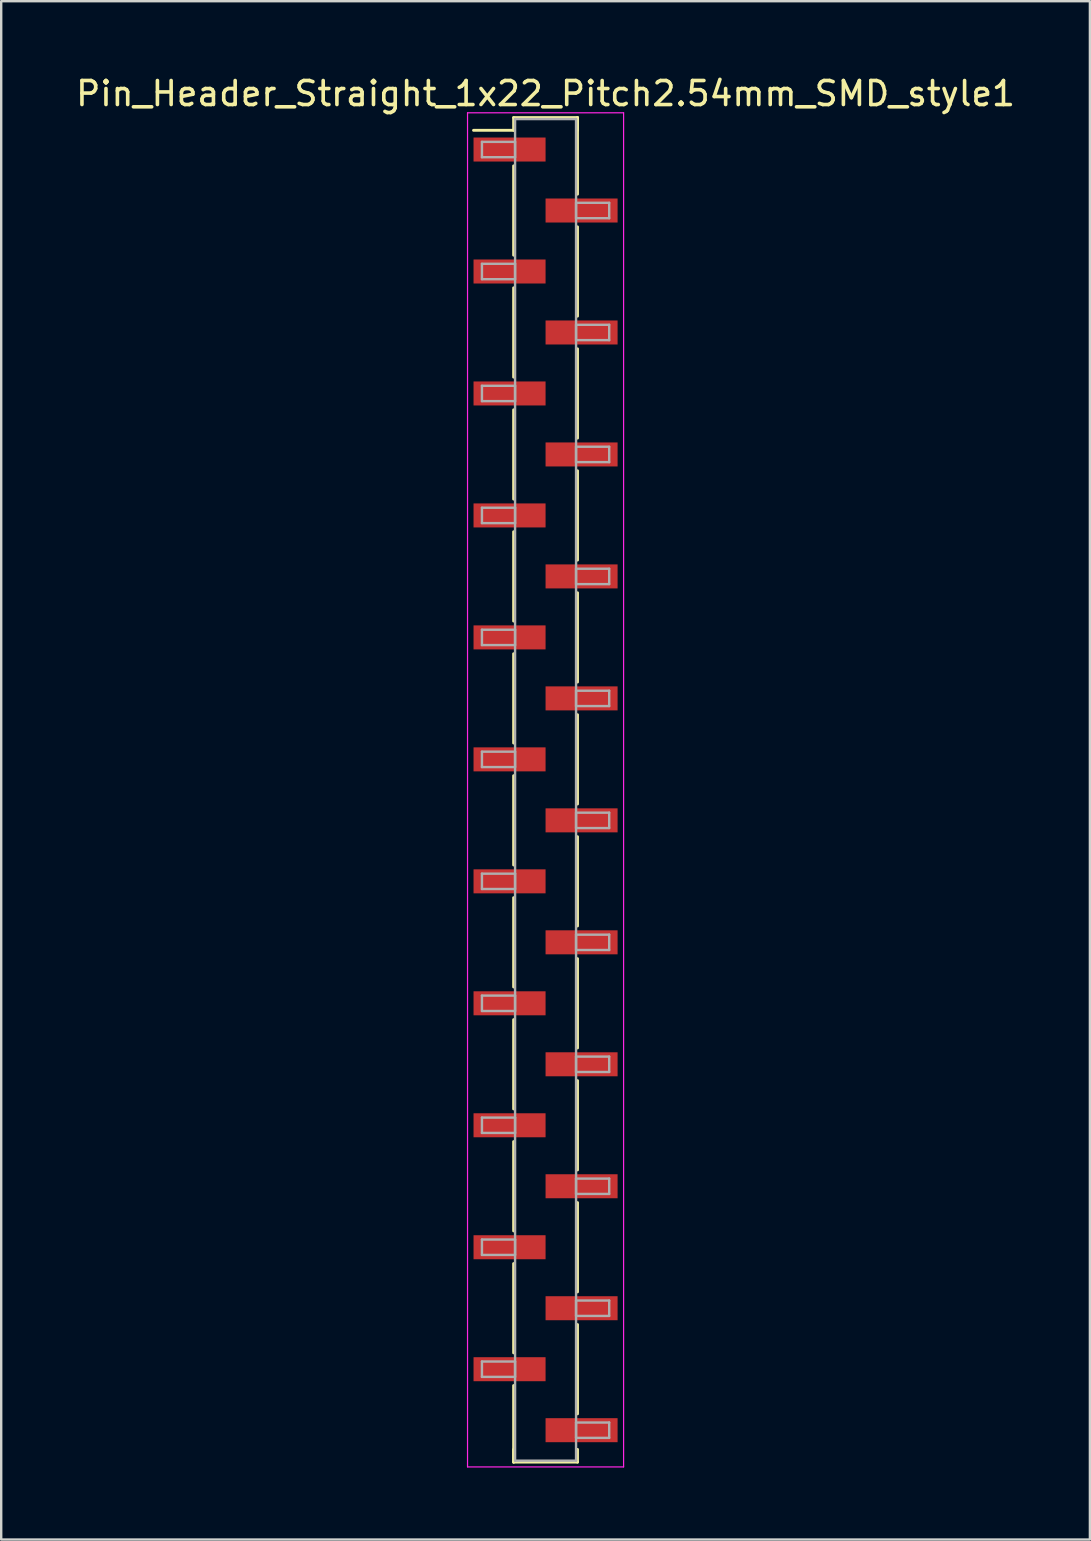
<source format=kicad_pcb>
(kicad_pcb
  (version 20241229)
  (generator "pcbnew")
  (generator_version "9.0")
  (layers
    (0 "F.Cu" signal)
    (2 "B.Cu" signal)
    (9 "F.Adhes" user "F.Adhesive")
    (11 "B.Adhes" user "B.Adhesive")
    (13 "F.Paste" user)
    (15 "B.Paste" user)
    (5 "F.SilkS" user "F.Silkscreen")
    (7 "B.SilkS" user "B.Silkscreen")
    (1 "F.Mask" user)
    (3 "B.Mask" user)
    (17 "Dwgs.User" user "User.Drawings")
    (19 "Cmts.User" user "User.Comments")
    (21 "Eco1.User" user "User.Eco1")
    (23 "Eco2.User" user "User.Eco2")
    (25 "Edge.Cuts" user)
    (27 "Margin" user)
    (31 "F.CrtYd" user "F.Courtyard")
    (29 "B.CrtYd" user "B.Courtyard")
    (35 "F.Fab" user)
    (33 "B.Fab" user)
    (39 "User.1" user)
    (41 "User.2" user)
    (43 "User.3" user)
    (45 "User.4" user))
  (footprint "Pin_Header_Straight_1x22_Pitch2.54mm_SMD_style1"
    (layer "F.Cu")
    (at 19.673 29.848)
    (property "Reference" "Pin_Header_Straight_1x22_Pitch2.54mm_SMD_style1" (at 0 -29 0) (layer "F.SilkS") (effects (font (size 1 1) (thickness 0.15))))
    (attr smd)
    (fp_line (start -1.33 -28) (end 1.33 -28) (stroke (width 0.12) (type solid)) (layer "F.SilkS"))
    (fp_line (start -1.33 -27.47) (end -3 -27.47) (stroke (width 0.12) (type solid)) (layer "F.SilkS"))
    (fp_line (start -1.33 -27.47) (end -1.33 -28) (stroke (width 0.12) (type solid)) (layer "F.SilkS"))
    (fp_line (start -1.33 -25.99) (end -1.33 -22.27) (stroke (width 0.12) (type solid)) (layer "F.SilkS"))
    (fp_line (start -1.33 -20.91) (end -1.33 -17.19) (stroke (width 0.12) (type solid)) (layer "F.SilkS"))
    (fp_line (start -1.33 -15.83) (end -1.33 -12.11) (stroke (width 0.12) (type solid)) (layer "F.SilkS"))
    (fp_line (start -1.33 -10.75) (end -1.33 -7.03) (stroke (width 0.12) (type solid)) (layer "F.SilkS"))
    (fp_line (start -1.33 -5.67) (end -1.33 -1.95) (stroke (width 0.12) (type solid)) (layer "F.SilkS"))
    (fp_line (start -1.33 -0.59) (end -1.33 3.13) (stroke (width 0.12) (type solid)) (layer "F.SilkS"))
    (fp_line (start -1.33 4.49) (end -1.33 8.21) (stroke (width 0.12) (type solid)) (layer "F.SilkS"))
    (fp_line (start -1.33 9.57) (end -1.33 13.29) (stroke (width 0.12) (type solid)) (layer "F.SilkS"))
    (fp_line (start -1.33 14.65) (end -1.33 18.37) (stroke (width 0.12) (type solid)) (layer "F.SilkS"))
    (fp_line (start -1.33 19.73) (end -1.33 23.45) (stroke (width 0.12) (type solid)) (layer "F.SilkS"))
    (fp_line (start -1.33 24.81) (end -1.33 28) (stroke (width 0.12) (type solid)) (layer "F.SilkS"))
    (fp_line (start -1.33 27.47) (end -1.33 28) (stroke (width 0.12) (type solid)) (layer "F.SilkS"))
    (fp_line (start -1.33 28) (end 1.33 28) (stroke (width 0.12) (type solid)) (layer "F.SilkS"))
    (fp_line (start 1.33 -28) (end 1.33 -27.47) (stroke (width 0.12) (type solid)) (layer "F.SilkS"))
    (fp_line (start 1.33 -28) (end 1.33 -24.81) (stroke (width 0.12) (type solid)) (layer "F.SilkS"))
    (fp_line (start 1.33 -23.45) (end 1.33 -19.73) (stroke (width 0.12) (type solid)) (layer "F.SilkS"))
    (fp_line (start 1.33 -18.37) (end 1.33 -14.65) (stroke (width 0.12) (type solid)) (layer "F.SilkS"))
    (fp_line (start 1.33 -13.29) (end 1.33 -9.57) (stroke (width 0.12) (type solid)) (layer "F.SilkS"))
    (fp_line (start 1.33 -8.21) (end 1.33 -4.49) (stroke (width 0.12) (type solid)) (layer "F.SilkS"))
    (fp_line (start 1.33 -3.13) (end 1.33 0.59) (stroke (width 0.12) (type solid)) (layer "F.SilkS"))
    (fp_line (start 1.33 1.95) (end 1.33 5.67) (stroke (width 0.12) (type solid)) (layer "F.SilkS"))
    (fp_line (start 1.33 7.03) (end 1.33 10.75) (stroke (width 0.12) (type solid)) (layer "F.SilkS"))
    (fp_line (start 1.33 12.11) (end 1.33 15.83) (stroke (width 0.12) (type solid)) (layer "F.SilkS"))
    (fp_line (start 1.33 17.19) (end 1.33 20.91) (stroke (width 0.12) (type solid)) (layer "F.SilkS"))
    (fp_line (start 1.33 22.27) (end 1.33 25.99) (stroke (width 0.12) (type solid)) (layer "F.SilkS"))
    (fp_line (start 1.33 28) (end 1.33 27.47) (stroke (width 0.12) (type solid)) (layer "F.SilkS"))
    (fp_line (start -3.25 -28.2) (end -3.25 28.2) (stroke (width 0.05) (type solid)) (layer "F.CrtYd"))
    (fp_line (start -3.25 28.2) (end 3.25 28.2) (stroke (width 0.05) (type solid)) (layer "F.CrtYd"))
    (fp_line (start 3.25 -28.2) (end -3.25 -28.2) (stroke (width 0.05) (type solid)) (layer "F.CrtYd"))
    (fp_line (start 3.25 28.2) (end 3.25 -28.2) (stroke (width 0.05) (type solid)) (layer "F.CrtYd"))
    (fp_line (start -2.65 -26.99) (end -1.27 -26.99) (stroke (width 0.1) (type solid)) (layer "F.Fab"))
    (fp_line (start -2.65 -26.35) (end -2.65 -26.99) (stroke (width 0.1) (type solid)) (layer "F.Fab"))
    (fp_line (start -2.65 -21.91) (end -1.27 -21.91) (stroke (width 0.1) (type solid)) (layer "F.Fab"))
    (fp_line (start -2.65 -21.27) (end -2.65 -21.91) (stroke (width 0.1) (type solid)) (layer "F.Fab"))
    (fp_line (start -2.65 -16.83) (end -1.27 -16.83) (stroke (width 0.1) (type solid)) (layer "F.Fab"))
    (fp_line (start -2.65 -16.19) (end -2.65 -16.83) (stroke (width 0.1) (type solid)) (layer "F.Fab"))
    (fp_line (start -2.65 -11.75) (end -1.27 -11.75) (stroke (width 0.1) (type solid)) (layer "F.Fab"))
    (fp_line (start -2.65 -11.11) (end -2.65 -11.75) (stroke (width 0.1) (type solid)) (layer "F.Fab"))
    (fp_line (start -2.65 -6.67) (end -1.27 -6.67) (stroke (width 0.1) (type solid)) (layer "F.Fab"))
    (fp_line (start -2.65 -6.03) (end -2.65 -6.67) (stroke (width 0.1) (type solid)) (layer "F.Fab"))
    (fp_line (start -2.65 -1.59) (end -1.27 -1.59) (stroke (width 0.1) (type solid)) (layer "F.Fab"))
    (fp_line (start -2.65 -0.95) (end -2.65 -1.59) (stroke (width 0.1) (type solid)) (layer "F.Fab"))
    (fp_line (start -2.65 3.49) (end -1.27 3.49) (stroke (width 0.1) (type solid)) (layer "F.Fab"))
    (fp_line (start -2.65 4.13) (end -2.65 3.49) (stroke (width 0.1) (type solid)) (layer "F.Fab"))
    (fp_line (start -2.65 8.57) (end -1.27 8.57) (stroke (width 0.1) (type solid)) (layer "F.Fab"))
    (fp_line (start -2.65 9.21) (end -2.65 8.57) (stroke (width 0.1) (type solid)) (layer "F.Fab"))
    (fp_line (start -2.65 13.65) (end -1.27 13.65) (stroke (width 0.1) (type solid)) (layer "F.Fab"))
    (fp_line (start -2.65 14.29) (end -2.65 13.65) (stroke (width 0.1) (type solid)) (layer "F.Fab"))
    (fp_line (start -2.65 18.73) (end -1.27 18.73) (stroke (width 0.1) (type solid)) (layer "F.Fab"))
    (fp_line (start -2.65 19.37) (end -2.65 18.73) (stroke (width 0.1) (type solid)) (layer "F.Fab"))
    (fp_line (start -2.65 23.81) (end -1.27 23.81) (stroke (width 0.1) (type solid)) (layer "F.Fab"))
    (fp_line (start -2.65 24.45) (end -2.65 23.81) (stroke (width 0.1) (type solid)) (layer "F.Fab"))
    (fp_line (start -1.27 -27.94) (end -1.27 27.94) (stroke (width 0.1) (type solid)) (layer "F.Fab"))
    (fp_line (start -1.27 -26.99) (end -1.27 -26.35) (stroke (width 0.1) (type solid)) (layer "F.Fab"))
    (fp_line (start -1.27 -26.35) (end -2.65 -26.35) (stroke (width 0.1) (type solid)) (layer "F.Fab"))
    (fp_line (start -1.27 -21.91) (end -1.27 -21.27) (stroke (width 0.1) (type solid)) (layer "F.Fab"))
    (fp_line (start -1.27 -21.27) (end -2.65 -21.27) (stroke (width 0.1) (type solid)) (layer "F.Fab"))
    (fp_line (start -1.27 -16.83) (end -1.27 -16.19) (stroke (width 0.1) (type solid)) (layer "F.Fab"))
    (fp_line (start -1.27 -16.19) (end -2.65 -16.19) (stroke (width 0.1) (type solid)) (layer "F.Fab"))
    (fp_line (start -1.27 -11.75) (end -1.27 -11.11) (stroke (width 0.1) (type solid)) (layer "F.Fab"))
    (fp_line (start -1.27 -11.11) (end -2.65 -11.11) (stroke (width 0.1) (type solid)) (layer "F.Fab"))
    (fp_line (start -1.27 -6.67) (end -1.27 -6.03) (stroke (width 0.1) (type solid)) (layer "F.Fab"))
    (fp_line (start -1.27 -6.03) (end -2.65 -6.03) (stroke (width 0.1) (type solid)) (layer "F.Fab"))
    (fp_line (start -1.27 -1.59) (end -1.27 -0.95) (stroke (width 0.1) (type solid)) (layer "F.Fab"))
    (fp_line (start -1.27 -0.95) (end -2.65 -0.95) (stroke (width 0.1) (type solid)) (layer "F.Fab"))
    (fp_line (start -1.27 3.49) (end -1.27 4.13) (stroke (width 0.1) (type solid)) (layer "F.Fab"))
    (fp_line (start -1.27 4.13) (end -2.65 4.13) (stroke (width 0.1) (type solid)) (layer "F.Fab"))
    (fp_line (start -1.27 8.57) (end -1.27 9.21) (stroke (width 0.1) (type solid)) (layer "F.Fab"))
    (fp_line (start -1.27 9.21) (end -2.65 9.21) (stroke (width 0.1) (type solid)) (layer "F.Fab"))
    (fp_line (start -1.27 13.65) (end -1.27 14.29) (stroke (width 0.1) (type solid)) (layer "F.Fab"))
    (fp_line (start -1.27 14.29) (end -2.65 14.29) (stroke (width 0.1) (type solid)) (layer "F.Fab"))
    (fp_line (start -1.27 18.73) (end -1.27 19.37) (stroke (width 0.1) (type solid)) (layer "F.Fab"))
    (fp_line (start -1.27 19.37) (end -2.65 19.37) (stroke (width 0.1) (type solid)) (layer "F.Fab"))
    (fp_line (start -1.27 23.81) (end -1.27 24.45) (stroke (width 0.1) (type solid)) (layer "F.Fab"))
    (fp_line (start -1.27 24.45) (end -2.65 24.45) (stroke (width 0.1) (type solid)) (layer "F.Fab"))
    (fp_line (start -1.27 27.94) (end 1.27 27.94) (stroke (width 0.1) (type solid)) (layer "F.Fab"))
    (fp_line (start 1.27 -27.94) (end -1.27 -27.94) (stroke (width 0.1) (type solid)) (layer "F.Fab"))
    (fp_line (start 1.27 -24.45) (end 1.27 -23.81) (stroke (width 0.1) (type solid)) (layer "F.Fab"))
    (fp_line (start 1.27 -23.81) (end 2.65 -23.81) (stroke (width 0.1) (type solid)) (layer "F.Fab"))
    (fp_line (start 1.27 -19.37) (end 1.27 -18.73) (stroke (width 0.1) (type solid)) (layer "F.Fab"))
    (fp_line (start 1.27 -18.73) (end 2.65 -18.73) (stroke (width 0.1) (type solid)) (layer "F.Fab"))
    (fp_line (start 1.27 -14.29) (end 1.27 -13.65) (stroke (width 0.1) (type solid)) (layer "F.Fab"))
    (fp_line (start 1.27 -13.65) (end 2.65 -13.65) (stroke (width 0.1) (type solid)) (layer "F.Fab"))
    (fp_line (start 1.27 -9.21) (end 1.27 -8.57) (stroke (width 0.1) (type solid)) (layer "F.Fab"))
    (fp_line (start 1.27 -8.57) (end 2.65 -8.57) (stroke (width 0.1) (type solid)) (layer "F.Fab"))
    (fp_line (start 1.27 -4.13) (end 1.27 -3.49) (stroke (width 0.1) (type solid)) (layer "F.Fab"))
    (fp_line (start 1.27 -3.49) (end 2.65 -3.49) (stroke (width 0.1) (type solid)) (layer "F.Fab"))
    (fp_line (start 1.27 0.95) (end 1.27 1.59) (stroke (width 0.1) (type solid)) (layer "F.Fab"))
    (fp_line (start 1.27 1.59) (end 2.65 1.59) (stroke (width 0.1) (type solid)) (layer "F.Fab"))
    (fp_line (start 1.27 6.03) (end 1.27 6.67) (stroke (width 0.1) (type solid)) (layer "F.Fab"))
    (fp_line (start 1.27 6.67) (end 2.65 6.67) (stroke (width 0.1) (type solid)) (layer "F.Fab"))
    (fp_line (start 1.27 11.11) (end 1.27 11.75) (stroke (width 0.1) (type solid)) (layer "F.Fab"))
    (fp_line (start 1.27 11.75) (end 2.65 11.75) (stroke (width 0.1) (type solid)) (layer "F.Fab"))
    (fp_line (start 1.27 16.19) (end 1.27 16.83) (stroke (width 0.1) (type solid)) (layer "F.Fab"))
    (fp_line (start 1.27 16.83) (end 2.65 16.83) (stroke (width 0.1) (type solid)) (layer "F.Fab"))
    (fp_line (start 1.27 21.27) (end 1.27 21.91) (stroke (width 0.1) (type solid)) (layer "F.Fab"))
    (fp_line (start 1.27 21.91) (end 2.65 21.91) (stroke (width 0.1) (type solid)) (layer "F.Fab"))
    (fp_line (start 1.27 26.35) (end 1.27 26.99) (stroke (width 0.1) (type solid)) (layer "F.Fab"))
    (fp_line (start 1.27 26.99) (end 2.65 26.99) (stroke (width 0.1) (type solid)) (layer "F.Fab"))
    (fp_line (start 1.27 27.94) (end 1.27 -27.94) (stroke (width 0.1) (type solid)) (layer "F.Fab"))
    (fp_line (start 2.65 -24.45) (end 1.27 -24.45) (stroke (width 0.1) (type solid)) (layer "F.Fab"))
    (fp_line (start 2.65 -23.81) (end 2.65 -24.45) (stroke (width 0.1) (type solid)) (layer "F.Fab"))
    (fp_line (start 2.65 -19.37) (end 1.27 -19.37) (stroke (width 0.1) (type solid)) (layer "F.Fab"))
    (fp_line (start 2.65 -18.73) (end 2.65 -19.37) (stroke (width 0.1) (type solid)) (layer "F.Fab"))
    (fp_line (start 2.65 -14.29) (end 1.27 -14.29) (stroke (width 0.1) (type solid)) (layer "F.Fab"))
    (fp_line (start 2.65 -13.65) (end 2.65 -14.29) (stroke (width 0.1) (type solid)) (layer "F.Fab"))
    (fp_line (start 2.65 -9.21) (end 1.27 -9.21) (stroke (width 0.1) (type solid)) (layer "F.Fab"))
    (fp_line (start 2.65 -8.57) (end 2.65 -9.21) (stroke (width 0.1) (type solid)) (layer "F.Fab"))
    (fp_line (start 2.65 -4.13) (end 1.27 -4.13) (stroke (width 0.1) (type solid)) (layer "F.Fab"))
    (fp_line (start 2.65 -3.49) (end 2.65 -4.13) (stroke (width 0.1) (type solid)) (layer "F.Fab"))
    (fp_line (start 2.65 0.95) (end 1.27 0.95) (stroke (width 0.1) (type solid)) (layer "F.Fab"))
    (fp_line (start 2.65 1.59) (end 2.65 0.95) (stroke (width 0.1) (type solid)) (layer "F.Fab"))
    (fp_line (start 2.65 6.03) (end 1.27 6.03) (stroke (width 0.1) (type solid)) (layer "F.Fab"))
    (fp_line (start 2.65 6.67) (end 2.65 6.03) (stroke (width 0.1) (type solid)) (layer "F.Fab"))
    (fp_line (start 2.65 11.11) (end 1.27 11.11) (stroke (width 0.1) (type solid)) (layer "F.Fab"))
    (fp_line (start 2.65 11.75) (end 2.65 11.11) (stroke (width 0.1) (type solid)) (layer "F.Fab"))
    (fp_line (start 2.65 16.19) (end 1.27 16.19) (stroke (width 0.1) (type solid)) (layer "F.Fab"))
    (fp_line (start 2.65 16.83) (end 2.65 16.19) (stroke (width 0.1) (type solid)) (layer "F.Fab"))
    (fp_line (start 2.65 21.27) (end 1.27 21.27) (stroke (width 0.1) (type solid)) (layer "F.Fab"))
    (fp_line (start 2.65 21.91) (end 2.65 21.27) (stroke (width 0.1) (type solid)) (layer "F.Fab"))
    (fp_line (start 2.65 26.35) (end 1.27 26.35) (stroke (width 0.1) (type solid)) (layer "F.Fab"))
    (fp_line (start 2.65 26.99) (end 2.65 26.35) (stroke (width 0.1) (type solid)) (layer "F.Fab"))
    (pad "1" smd rect (at -1.5 -26.67) (size 3 1) (layers "F.Cu" "F.Mask"))
    (pad "2" smd rect (at 1.5 -24.13) (size 3 1) (layers "F.Cu" "F.Mask"))
    (pad "3" smd rect (at -1.5 -21.59) (size 3 1) (layers "F.Cu" "F.Mask"))
    (pad "4" smd rect (at 1.5 -19.05) (size 3 1) (layers "F.Cu" "F.Mask"))
    (pad "5" smd rect (at -1.5 -16.51) (size 3 1) (layers "F.Cu" "F.Mask"))
    (pad "6" smd rect (at 1.5 -13.97) (size 3 1) (layers "F.Cu" "F.Mask"))
    (pad "7" smd rect (at -1.5 -11.43) (size 3 1) (layers "F.Cu" "F.Mask"))
    (pad "8" smd rect (at 1.5 -8.89) (size 3 1) (layers "F.Cu" "F.Mask"))
    (pad "9" smd rect (at -1.5 -6.35) (size 3 1) (layers "F.Cu" "F.Mask"))
    (pad "10" smd rect (at 1.5 -3.81) (size 3 1) (layers "F.Cu" "F.Mask"))
    (pad "11" smd rect (at -1.5 -1.27) (size 3 1) (layers "F.Cu" "F.Mask"))
    (pad "12" smd rect (at 1.5 1.27) (size 3 1) (layers "F.Cu" "F.Mask"))
    (pad "13" smd rect (at -1.5 3.81) (size 3 1) (layers "F.Cu" "F.Mask"))
    (pad "14" smd rect (at 1.5 6.35) (size 3 1) (layers "F.Cu" "F.Mask"))
    (pad "15" smd rect (at -1.5 8.89) (size 3 1) (layers "F.Cu" "F.Mask"))
    (pad "16" smd rect (at 1.5 11.43) (size 3 1) (layers "F.Cu" "F.Mask"))
    (pad "17" smd rect (at -1.5 13.97) (size 3 1) (layers "F.Cu" "F.Mask"))
    (pad "18" smd rect (at 1.5 16.51) (size 3 1) (layers "F.Cu" "F.Mask"))
    (pad "19" smd rect (at -1.5 19.05) (size 3 1) (layers "F.Cu" "F.Mask"))
    (pad "20" smd rect (at 1.5 21.59) (size 3 1) (layers "F.Cu" "F.Mask"))
    (pad "21" smd rect (at -1.5 24.13) (size 3 1) (layers "F.Cu" "F.Mask"))
    (pad "22" smd rect (at 1.5 26.67) (size 3 1) (layers "F.Cu" "F.Mask")))
  (gr_rect
    (start -3 -3)
    (end 42.345 61.073)
    (stroke (width 0.1) (type default))
    (fill no)
    (layer "Edge.Cuts")))
</source>
